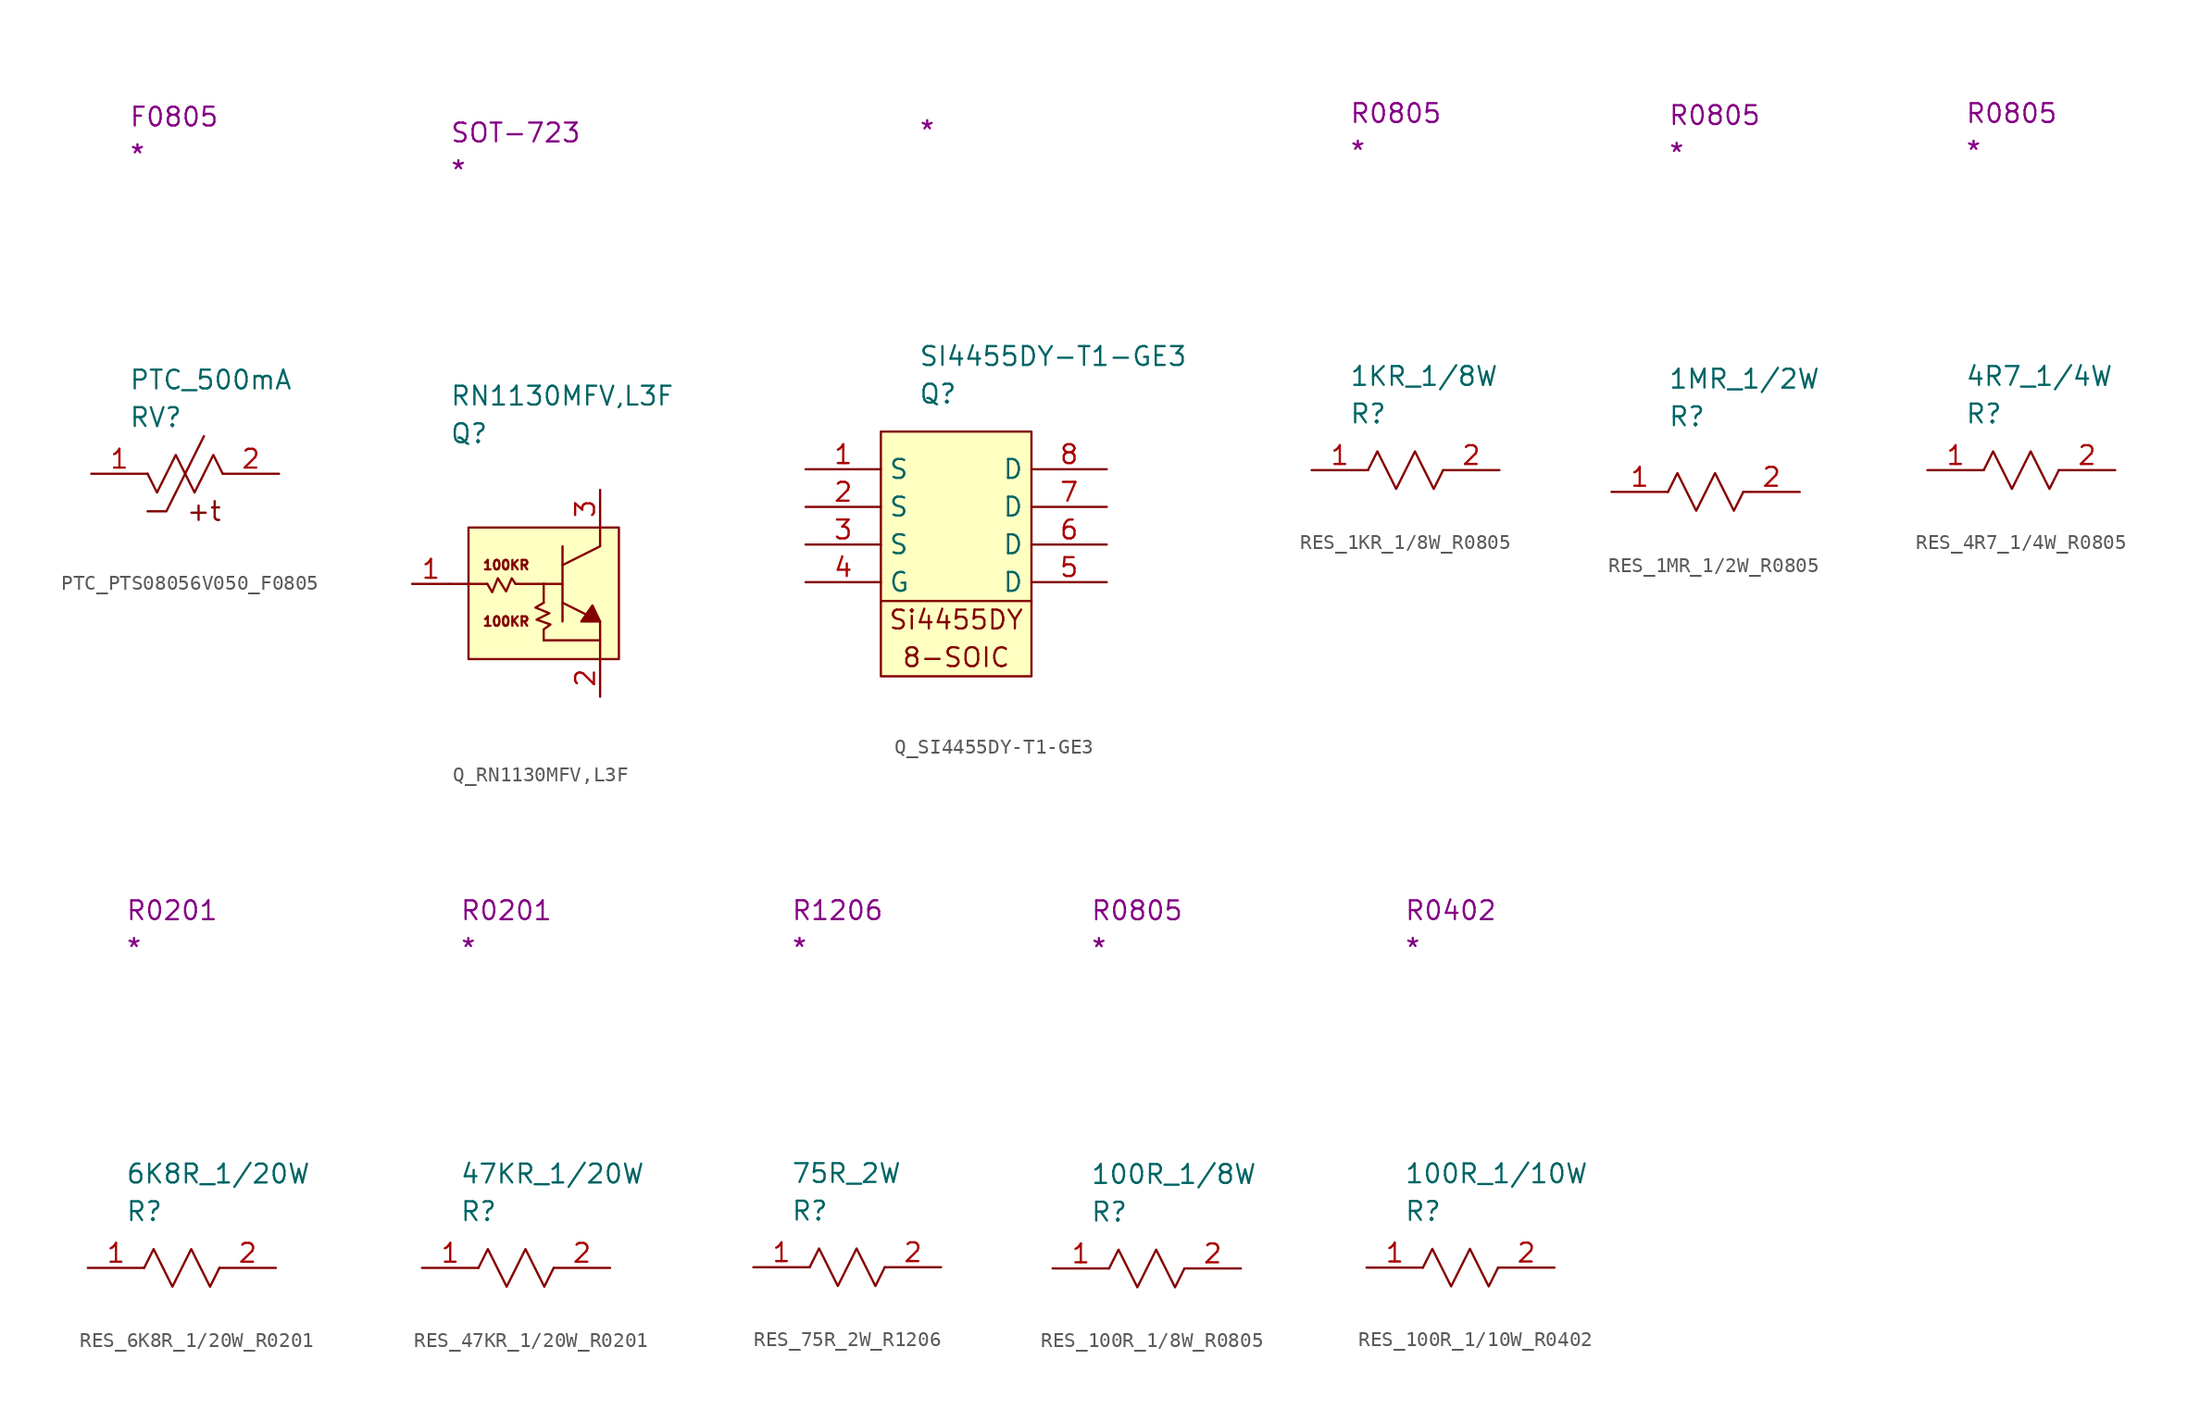
<source format=kicad_sym>
(kicad_symbol_lib
  (version 20220914)
  (generator kicad_symbol_editor)
  (symbol "PTC_PTS08056V050_F0805"
    (property "Reference" "RV"
      (at 2.54 3.81 0)
      (effects (font (size 1.27 1.27)) (justify left)))
    (property "Value" "PTC_500mA"
      (at 2.54 6.35 0)
      (effects (font (size 1.27 1.27)) (justify left)))
    (property "SCH CHECK" "*"
      (at 2.54 21.59 0)
      (effects (font (size 1.27 1.27)) (justify left)))
    (property "Package" "F0805"
      (at 2.54 24.13 0)
      (effects (font (size 1.27 1.27)) (justify left)))
    (symbol "PTC_PTS08056V050_F0805_0_0"
      (polyline (pts (xy 3.81 -2.54) (xy 5.08 -2.54) (xy 7.62 2.54)) (stroke (width 0) (type default)) (fill (type none)))
      (polyline (pts (xy 3.81 0) (xy 4.445 -1.27) (xy 5.715 1.27) (xy 6.985 -1.27) (xy 8.255 1.27) (xy 8.89 0)) (stroke (width 0) (type default)) (fill (type none)))
      (text "+t" (at 7.62 -2.54 0) (effects (font (size 1.27 1.27)))))
    (symbol "PTC_PTS08056V050_F0805_1_1"
      (pin passive line (at 0 0 0) (length 3.81) (name "" (effects (font (size 1.27 1.27)))) (number "1" (effects (font (size 1.27 1.27)))))
      (pin passive line (at 12.7 0 180) (length 3.81) (name "" (effects (font (size 1.27 1.27)))) (number "2" (effects (font (size 1.27 1.27)))))))
  (symbol "Q_RN1130MFV,L3F"
    (property "Reference" "Q"
      (at 2.54 3.81 0)
      (effects (font (size 1.27 1.27)) (justify left)))
    (property "Value" "RN1130MFV,L3F"
      (at 2.54 6.35 0)
      (effects (font (size 1.27 1.27)) (justify left)))
    (property "SCH CHECK" "*"
      (at 2.54 21.59 0)
      (effects (font (size 1.27 1.27)) (justify left)))
    (property "Package" "SOT-723"
      (at 2.54 24.13 0)
      (effects (font (size 1.27 1.27)) (justify left)))
    (symbol "Q_RN1130MFV,L3F_0_0"
      (polyline (pts (xy 2.54 -6.35) (xy 5.08 -6.35)) (stroke (width 0) (type default)) (fill (type none)))
      (polyline (pts (xy 6.985 -6.35) (xy 8.89 -6.35)) (stroke (width 0) (type default)) (fill (type none)))
      (polyline (pts (xy 8.89 -10.16) (xy 12.649 -10.16)) (stroke (width 0) (type default)) (fill (type none)))
      (polyline (pts (xy 8.89 -9.449) (xy 8.89 -10.16)) (stroke (width 0) (type default)) (fill (type none)))
      (polyline (pts (xy 8.89 -6.35) (xy 8.89 -7.62)) (stroke (width 0) (type default)) (fill (type none)))
      (polyline (pts (xy 8.89 -6.35) (xy 10.16 -6.35)) (stroke (width 0) (type default)) (fill (type none)))
      (polyline (pts (xy 10.16 -3.81) (xy 10.16 -8.89)) (stroke (width 0) (type default)) (fill (type none)))
      (polyline (pts (xy 12.7 -10.16) (xy 12.7 -11.43)) (stroke (width 0) (type default)) (fill (type none)))
      (polyline (pts (xy 12.7 -10.16) (xy 12.7 -8.89) (xy 10.16 -7.62)) (stroke (width 0) (type default)) (fill (type none)))
      (polyline (pts (xy 12.7 -2.54) (xy 12.7 -3.81) (xy 10.16 -5.08)) (stroke (width 0) (type default)) (fill (type none)))
      (polyline (pts (xy 12.182 -7.802) (xy 11.43 -8.89) (xy 12.7 -8.89) (xy 12.187 -7.813)) (stroke (width 0) (type default)) (fill (type outline)))
      (polyline (pts (xy 5.08 -6.35) (xy 5.41 -6.909) (xy 5.791 -5.969) (xy 6.35 -6.858) (xy 6.731 -5.969) (xy 6.985 -6.35)) (stroke (width 0) (type default)) (fill (type none)))
      (polyline (pts (xy 8.89 -7.62) (xy 8.331 -7.95) (xy 9.271 -8.331) (xy 8.407 -8.763) (xy 9.347 -9.093) (xy 8.89 -9.423)) (stroke (width 0) (type default)) (fill (type none)))
      (rectangle (start 3.81 -2.54) (end 13.97 -11.43) (stroke (width 0) (type default)) (fill (type background)))
      (text "100KR" (at 6.35 -8.89 0) (effects (font (size 0.635 0.635))))
      (text "100KR" (at 6.35 -5.08 0) (effects (font (size 0.635 0.635)))))
    (symbol "Q_RN1130MFV,L3F_1_1"
      (pin passive line (at 0 -6.35 0) (length 2.54) (name "" (effects (font (size 1.27 1.27)))) (number "1" (effects (font (size 1.27 1.27)))))
      (pin passive line (at 12.7 -13.97 90) (length 2.54) (name "" (effects (font (size 1.27 1.27)))) (number "2" (effects (font (size 1.27 1.27)))))
      (pin passive line (at 12.7 0 270) (length 2.54) (name "" (effects (font (size 1.27 1.27)))) (number "3" (effects (font (size 1.27 1.27)))))))
  (symbol "Q_SI4455DY-T1-GE3"
    (property "Reference" "Q"
      (at 2.54 2.54 0)
      (effects (font (size 1.27 1.27)) (justify left)))
    (property "Value" "SI4455DY-T1-GE3"
      (at 2.54 5.08 0)
      (effects (font (size 1.27 1.27)) (justify left)))
    (property "SCH CHECK" "*"
      (at 2.54 20.32 0)
      (effects (font (size 1.27 1.27)) (justify left)))
    (symbol "Q_SI4455DY-T1-GE3_0_0"
      (polyline (pts (xy 0 -11.43) (xy 10.16 -11.43)) (stroke (width 0) (type default)) (fill (type none)))
      (rectangle (start 0 0) (end 10.16 -16.51) (stroke (width 0) (type default)) (fill (type background)))
      (text "8-SOIC" (at 5.08 -15.24 0) (effects (font (size 1.27 1.27))))
      (text "Si4455DY" (at 5.08 -12.7 0) (effects (font (size 1.27 1.27)))))
    (symbol "Q_SI4455DY-T1-GE3_1_1"
      (pin passive line (at -5.08 -2.54 0) (length 5.08) (name "S" (effects (font (size 1.27 1.27)))) (number "1" (effects (font (size 1.27 1.27)))))
      (pin passive line (at -5.08 -5.08 0) (length 5.08) (name "S" (effects (font (size 1.27 1.27)))) (number "2" (effects (font (size 1.27 1.27)))))
      (pin passive line (at -5.08 -7.62 0) (length 5.08) (name "S" (effects (font (size 1.27 1.27)))) (number "3" (effects (font (size 1.27 1.27)))))
      (pin passive line (at -5.08 -10.16 0) (length 5.08) (name "G" (effects (font (size 1.27 1.27)))) (number "4" (effects (font (size 1.27 1.27)))))
      (pin passive line (at 15.24 -10.16 180) (length 5.08) (name "D" (effects (font (size 1.27 1.27)))) (number "5" (effects (font (size 1.27 1.27)))))
      (pin passive line (at 15.24 -7.62 180) (length 5.08) (name "D" (effects (font (size 1.27 1.27)))) (number "6" (effects (font (size 1.27 1.27)))))
      (pin passive line (at 15.24 -5.08 180) (length 5.08) (name "D" (effects (font (size 1.27 1.27)))) (number "7" (effects (font (size 1.27 1.27)))))
      (pin passive line (at 15.24 -2.54 180) (length 5.08) (name "D" (effects (font (size 1.27 1.27)))) (number "8" (effects (font (size 1.27 1.27)))))))
  (symbol "RES_1KR_1/8W_R0805"
    (property "Reference" "R"
      (at 2.54 3.81 0)
      (effects (font (size 1.27 1.27)) (justify left)))
    (property "Value" "1KR_1/8W"
      (at 2.54 6.35 0)
      (effects (font (size 1.27 1.27)) (justify left)))
    (property "SCH CHECK" "*"
      (at 2.54 21.59 0)
      (effects (font (size 1.27 1.27)) (justify left)))
    (property "Package" "R0805"
      (at 2.54 24.13 0)
      (effects (font (size 1.27 1.27)) (justify left)))
    (symbol "RES_1KR_1/8W_R0805_0_0"
      (polyline (pts (xy 3.81 0) (xy 4.445 1.27) (xy 5.715 -1.27) (xy 6.985 1.27) (xy 8.255 -1.27) (xy 8.89 0)) (stroke (width 0) (type default)) (fill (type none))))
    (symbol "RES_1KR_1/8W_R0805_1_1"
      (pin passive line (at 0 0 0) (length 3.81) (name "" (effects (font (size 1.27 1.27)))) (number "1" (effects (font (size 1.27 1.27)))))
      (pin passive line (at 12.7 0 180) (length 3.81) (name "" (effects (font (size 1.27 1.27)))) (number "2" (effects (font (size 1.27 1.27)))))))
  (symbol "RES_1MR_1/2W_R0805"
    (property "Reference" "R"
      (at 3.81 5.08 0)
      (effects (font (size 1.27 1.27)) (justify left)))
    (property "Value" "1MR_1/2W"
      (at 3.81 7.62 0)
      (effects (font (size 1.27 1.27)) (justify left)))
    (property "SCH CHECK" "*"
      (at 3.81 22.86 0)
      (effects (font (size 1.27 1.27)) (justify left)))
    (property "Package" "R0805"
      (at 3.81 25.4 0)
      (effects (font (size 1.27 1.27)) (justify left)))
    (symbol "RES_1MR_1/2W_R0805_0_0"
      (polyline (pts (xy 3.81 0) (xy 4.445 1.27) (xy 5.715 -1.27) (xy 6.985 1.27) (xy 8.255 -1.27) (xy 8.89 0)) (stroke (width 0) (type default)) (fill (type none))))
    (symbol "RES_1MR_1/2W_R0805_1_1"
      (pin passive line (at 0 0 0) (length 3.81) (name "" (effects (font (size 1.27 1.27)))) (number "1" (effects (font (size 1.27 1.27)))))
      (pin passive line (at 12.7 0 180) (length 3.81) (name "" (effects (font (size 1.27 1.27)))) (number "2" (effects (font (size 1.27 1.27)))))))
  (symbol "RES_4R7_1/4W_R0805"
    (property "Reference" "R"
      (at 2.54 3.81 0)
      (effects (font (size 1.27 1.27)) (justify left)))
    (property "Value" "4R7_1/4W"
      (at 2.54 6.35 0)
      (effects (font (size 1.27 1.27)) (justify left)))
    (property "SCH CHECK" "*"
      (at 2.54 21.59 0)
      (effects (font (size 1.27 1.27)) (justify left)))
    (property "Package" "R0805"
      (at 2.54 24.13 0)
      (effects (font (size 1.27 1.27)) (justify left)))
    (symbol "RES_4R7_1/4W_R0805_0_0"
      (polyline (pts (xy 3.81 0) (xy 4.445 1.27) (xy 5.715 -1.27) (xy 6.985 1.27) (xy 8.255 -1.27) (xy 8.89 0)) (stroke (width 0) (type default)) (fill (type none))))
    (symbol "RES_4R7_1/4W_R0805_1_1"
      (pin passive line (at 0 0 0) (length 3.81) (name "" (effects (font (size 1.27 1.27)))) (number "1" (effects (font (size 1.27 1.27)))))
      (pin passive line (at 12.7 0 180) (length 3.81) (name "" (effects (font (size 1.27 1.27)))) (number "2" (effects (font (size 1.27 1.27)))))))
  (symbol "RES_6K8R_1/20W_R0201"
    (property "Reference" "R"
      (at 2.54 3.81 0)
      (effects (font (size 1.27 1.27)) (justify left)))
    (property "Value" "6K8R_1/20W"
      (at 2.54 6.35 0)
      (effects (font (size 1.27 1.27)) (justify left)))
    (property "SCH CHECK" "*"
      (at 2.54 21.59 0)
      (effects (font (size 1.27 1.27)) (justify left)))
    (property "Package" "R0201"
      (at 2.54 24.13 0)
      (effects (font (size 1.27 1.27)) (justify left)))
    (symbol "RES_6K8R_1/20W_R0201_0_0"
      (polyline (pts (xy 3.81 0) (xy 4.445 1.27) (xy 5.715 -1.27) (xy 6.985 1.27) (xy 8.255 -1.27) (xy 8.89 0)) (stroke (width 0) (type default)) (fill (type none))))
    (symbol "RES_6K8R_1/20W_R0201_1_1"
      (pin passive line (at 0 0 0) (length 3.81) (name "" (effects (font (size 1.27 1.27)))) (number "1" (effects (font (size 1.27 1.27)))))
      (pin passive line (at 12.7 0 180) (length 3.81) (name "" (effects (font (size 1.27 1.27)))) (number "2" (effects (font (size 1.27 1.27)))))))
  (symbol "RES_47KR_1/20W_R0201"
    (property "Reference" "R"
      (at 2.54 3.81 0)
      (effects (font (size 1.27 1.27)) (justify left)))
    (property "Value" "47KR_1/20W"
      (at 2.54 6.35 0)
      (effects (font (size 1.27 1.27)) (justify left)))
    (property "SCH CHECK" "*"
      (at 2.54 21.59 0)
      (effects (font (size 1.27 1.27)) (justify left)))
    (property "Package" "R0201"
      (at 2.54 24.13 0)
      (effects (font (size 1.27 1.27)) (justify left)))
    (symbol "RES_47KR_1/20W_R0201_0_0"
      (polyline (pts (xy 3.81 0) (xy 4.445 1.27) (xy 5.715 -1.27) (xy 6.985 1.27) (xy 8.255 -1.27) (xy 8.89 0)) (stroke (width 0) (type default)) (fill (type none))))
    (symbol "RES_47KR_1/20W_R0201_1_1"
      (pin passive line (at 0 0 0) (length 3.81) (name "" (effects (font (size 1.27 1.27)))) (number "1" (effects (font (size 1.27 1.27)))))
      (pin passive line (at 12.7 0 180) (length 3.81) (name "" (effects (font (size 1.27 1.27)))) (number "2" (effects (font (size 1.27 1.27)))))))
  (symbol "RES_75R_2W_R1206"
    (property "Reference" "R"
      (at 2.54 3.81 0)
      (effects (font (size 1.27 1.27)) (justify left)))
    (property "Value" "75R_2W"
      (at 2.54 6.35 0)
      (effects (font (size 1.27 1.27)) (justify left)))
    (property "SCH CHECK" "*"
      (at 2.54 21.59 0)
      (effects (font (size 1.27 1.27)) (justify left)))
    (property "Package" "R1206"
      (at 2.54 24.13 0)
      (effects (font (size 1.27 1.27)) (justify left)))
    (symbol "RES_75R_2W_R1206_0_0"
      (polyline (pts (xy 3.81 0) (xy 4.445 1.27) (xy 5.715 -1.27) (xy 6.985 1.27) (xy 8.255 -1.27) (xy 8.89 0)) (stroke (width 0) (type default)) (fill (type none))))
    (symbol "RES_75R_2W_R1206_1_1"
      (pin passive line (at 0 0 0) (length 3.81) (name "" (effects (font (size 1.27 1.27)))) (number "1" (effects (font (size 1.27 1.27)))))
      (pin passive line (at 12.7 0 180) (length 3.81) (name "" (effects (font (size 1.27 1.27)))) (number "2" (effects (font (size 1.27 1.27)))))))
  (symbol "RES_100R_1/8W_R0805"
    (property "Reference" "R"
      (at 2.54 3.81 0)
      (effects (font (size 1.27 1.27)) (justify left)))
    (property "Value" "100R_1/8W"
      (at 2.54 6.35 0)
      (effects (font (size 1.27 1.27)) (justify left)))
    (property "SCH CHECK" "*"
      (at 2.54 21.59 0)
      (effects (font (size 1.27 1.27)) (justify left)))
    (property "Package" "R0805"
      (at 2.54 24.13 0)
      (effects (font (size 1.27 1.27)) (justify left)))
    (symbol "RES_100R_1/8W_R0805_0_0"
      (polyline (pts (xy 3.81 0) (xy 4.445 1.27) (xy 5.715 -1.27) (xy 6.985 1.27) (xy 8.255 -1.27) (xy 8.89 0)) (stroke (width 0) (type default)) (fill (type none))))
    (symbol "RES_100R_1/8W_R0805_1_1"
      (pin passive line (at 0 0 0) (length 3.81) (name "" (effects (font (size 1.27 1.27)))) (number "1" (effects (font (size 1.27 1.27)))))
      (pin passive line (at 12.7 0 180) (length 3.81) (name "" (effects (font (size 1.27 1.27)))) (number "2" (effects (font (size 1.27 1.27)))))))
  (symbol "RES_100R_1/10W_R0402"
    (property "Reference" "R"
      (at 2.54 3.81 0)
      (effects (font (size 1.27 1.27)) (justify left)))
    (property "Value" "100R_1/10W"
      (at 2.54 6.35 0)
      (effects (font (size 1.27 1.27)) (justify left)))
    (property "SCH CHECK" "*"
      (at 2.54 21.59 0)
      (effects (font (size 1.27 1.27)) (justify left)))
    (property "Package" "R0402"
      (at 2.54 24.13 0)
      (effects (font (size 1.27 1.27)) (justify left)))
    (symbol "RES_100R_1/10W_R0402_0_0"
      (polyline (pts (xy 3.81 0) (xy 4.445 1.27) (xy 5.715 -1.27) (xy 6.985 1.27) (xy 8.255 -1.27) (xy 8.89 0)) (stroke (width 0) (type default)) (fill (type none))))
    (symbol "RES_100R_1/10W_R0402_1_1"
      (pin passive line (at 0 0 0) (length 3.81) (name "" (effects (font (size 1.27 1.27)))) (number "1" (effects (font (size 1.27 1.27)))))
      (pin passive line (at 12.7 0 180) (length 3.81) (name "" (effects (font (size 1.27 1.27)))) (number "2" (effects (font (size 1.27 1.27))))))))
</source>
